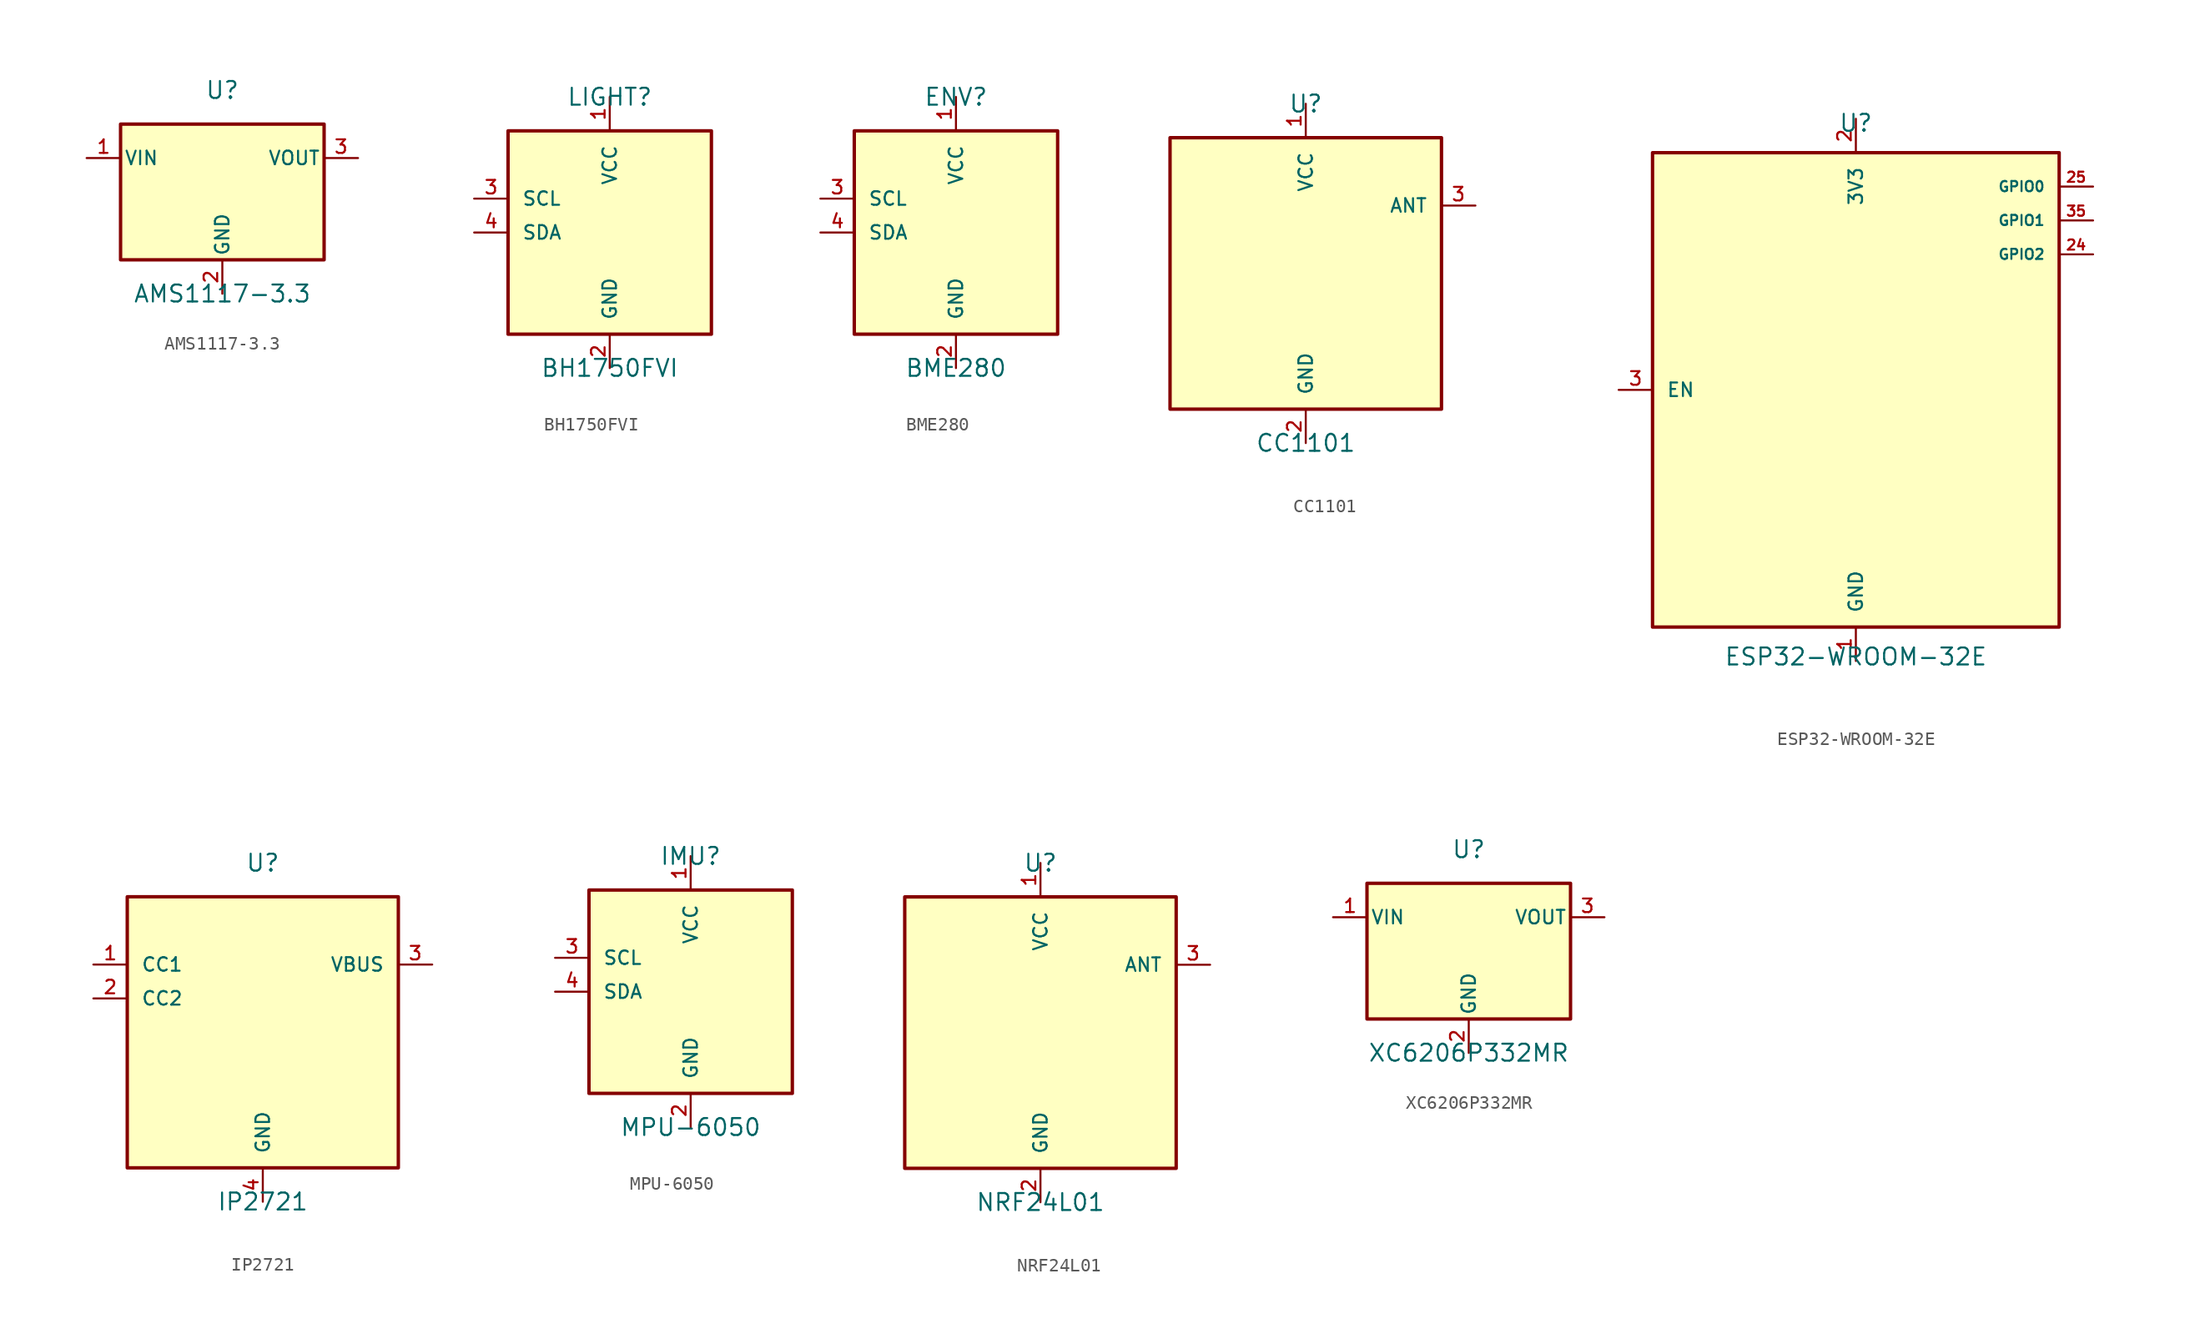
<source format=kicad_sym>
(kicad_symbol_lib
  (version 20231120)
  (generator kicad_generator.py)
  (symbol "AMS1117-3.3"
    (pin_names
      (offset 0.254))
    (property "Reference" "U"
      (at 0 7.62 0)
      (effects (font (size 1.27 1.27))))
    (property "Value" "AMS1117-3.3"
      (at 0 -7.62 0)
      (effects (font (size 1.27 1.27))))
    (symbol "AMS1117-3.3_0_1"
      (rectangle (start -7.62 5.08) (end 7.62 -5.08) (stroke (width 0.254) (type default)) (fill (type background))))
    (symbol "AMS1117-3.3_1_1"
      (pin power_in line (at -10.16 2.54 0) (length 2.54) (name "VIN" (effects (font (size 1.016 1.016)))) (number "1" (effects (font (size 1.016 1.016)))))
      (pin power_in line (at 0 -7.62 90) (length 2.54) (name "GND" (effects (font (size 1.016 1.016)))) (number "2" (effects (font (size 1.016 1.016)))))
      (pin power_out line (at 10.16 2.54 180) (length 2.54) (name "VOUT" (effects (font (size 1.016 1.016)))) (number "3" (effects (font (size 1.016 1.016)))))))
  (symbol "BH1750FVI"
    (pin_names
      (offset 1.016))
    (property "Reference" "LIGHT"
      (at 0 10.16 0)
      (effects (font (size 1.27 1.27))))
    (property "Value" "BH1750FVI"
      (at 0 -10.16 0)
      (effects (font (size 1.27 1.27))))
    (symbol "BH1750FVI_0_1"
      (rectangle (start -7.62 7.62) (end 7.62 -7.62) (stroke (width 0.254) (type default)) (fill (type background))))
    (symbol "BH1750FVI_1_1"
      (pin power_in line (at 0 10.16 270) (length 2.54) (name "VCC" (effects (font (size 1.016 1.016)))) (number "1" (effects (font (size 1.016 1.016)))))
      (pin power_in line (at 0 -10.16 90) (length 2.54) (name "GND" (effects (font (size 1.016 1.016)))) (number "2" (effects (font (size 1.016 1.016)))))
      (pin bidirectional line (at -10.16 2.54 0) (length 2.54) (name "SCL" (effects (font (size 1.016 1.016)))) (number "3" (effects (font (size 1.016 1.016)))))
      (pin bidirectional line (at -10.16 0 0) (length 2.54) (name "SDA" (effects (font (size 1.016 1.016)))) (number "4" (effects (font (size 1.016 1.016)))))))
  (symbol "BME280"
    (pin_names
      (offset 1.016))
    (property "Reference" "ENV"
      (at 0 10.16 0)
      (effects (font (size 1.27 1.27))))
    (property "Value" "BME280"
      (at 0 -10.16 0)
      (effects (font (size 1.27 1.27))))
    (symbol "BME280_0_1"
      (rectangle (start -7.62 7.62) (end 7.62 -7.62) (stroke (width 0.254) (type default)) (fill (type background))))
    (symbol "BME280_1_1"
      (pin power_in line (at 0 10.16 270) (length 2.54) (name "VCC" (effects (font (size 1.016 1.016)))) (number "1" (effects (font (size 1.016 1.016)))))
      (pin power_in line (at 0 -10.16 90) (length 2.54) (name "GND" (effects (font (size 1.016 1.016)))) (number "2" (effects (font (size 1.016 1.016)))))
      (pin bidirectional line (at -10.16 2.54 0) (length 2.54) (name "SCL" (effects (font (size 1.016 1.016)))) (number "3" (effects (font (size 1.016 1.016)))))
      (pin bidirectional line (at -10.16 0 0) (length 2.54) (name "SDA" (effects (font (size 1.016 1.016)))) (number "4" (effects (font (size 1.016 1.016)))))))
  (symbol "CC1101"
    (pin_names
      (offset 1.016))
    (property "Reference" "U"
      (at 0 12.7 0)
      (effects (font (size 1.27 1.27))))
    (property "Value" "CC1101"
      (at 0 -12.7 0)
      (effects (font (size 1.27 1.27))))
    (symbol "CC1101_0_1"
      (rectangle (start -10.16 10.16) (end 10.16 -10.16) (stroke (width 0.254) (type default)) (fill (type background))))
    (symbol "CC1101_1_1"
      (pin power_in line (at 0 12.7 270) (length 2.54) (name "VCC" (effects (font (size 1.016 1.016)))) (number "1" (effects (font (size 1.016 1.016)))))
      (pin power_in line (at 0 -12.7 90) (length 2.54) (name "GND" (effects (font (size 1.016 1.016)))) (number "2" (effects (font (size 1.016 1.016)))))
      (pin output line (at 12.7 5.08 180) (length 2.54) (name "ANT" (effects (font (size 1.016 1.016)))) (number "3" (effects (font (size 1.016 1.016)))))))
  (symbol "ESP32-WROOM-32E"
    (pin_names
      (offset 1.016))
    (property "Reference" "U"
      (at 0 20 0)
      (effects (font (size 1.27 1.27))))
    (property "Value" "ESP32-WROOM-32E"
      (at 0 -20 0)
      (effects (font (size 1.27 1.27))))
    (symbol "ESP32-WROOM-32E_0_1"
      (rectangle (start -15.24 17.78) (end 15.24 -17.78) (stroke (width 0.254) (type default)) (fill (type background))))
    (symbol "ESP32-WROOM-32E_1_1"
      (pin power_in line (at 0 -20.32 90) (length 2.54) (name "GND" (effects (font (size 1.016 1.016)))) (number "1" (effects (font (size 1.016 1.016)))))
      (pin power_in line (at 0 20.32 270) (length 2.54) (name "3V3" (effects (font (size 1.016 1.016)))) (number "2" (effects (font (size 1.016 1.016)))))
      (pin input line (at -17.78 0 0) (length 2.54) (name "EN" (effects (font (size 1.016 1.016)))) (number "3" (effects (font (size 1.016 1.016)))))
      (pin bidirectional line (at 17.78 15.24 180) (length 2.54) (name "GPIO0" (effects (font (size 0.762 0.762)))) (number "25" (effects (font (size 0.762 0.762)))))
      (pin bidirectional line (at 17.78 12.7 180) (length 2.54) (name "GPIO1" (effects (font (size 0.762 0.762)))) (number "35" (effects (font (size 0.762 0.762)))))
      (pin bidirectional line (at 17.78 10.16 180) (length 2.54) (name "GPIO2" (effects (font (size 0.762 0.762)))) (number "24" (effects (font (size 0.762 0.762)))))))
  (symbol "IP2721"
    (pin_names
      (offset 1.016))
    (property "Reference" "U"
      (at 0 12.7 0)
      (effects (font (size 1.27 1.27))))
    (property "Value" "IP2721"
      (at 0 -12.7 0)
      (effects (font (size 1.27 1.27))))
    (symbol "IP2721_0_1"
      (rectangle (start -10.16 10.16) (end 10.16 -10.16) (stroke (width 0.254) (type default)) (fill (type background))))
    (symbol "IP2721_1_1"
      (pin bidirectional line (at -12.7 5.08 0) (length 2.54) (name "CC1" (effects (font (size 1.016 1.016)))) (number "1" (effects (font (size 1.016 1.016)))))
      (pin bidirectional line (at -12.7 2.54 0) (length 2.54) (name "CC2" (effects (font (size 1.016 1.016)))) (number "2" (effects (font (size 1.016 1.016)))))
      (pin power_out line (at 12.7 5.08 180) (length 2.54) (name "VBUS" (effects (font (size 1.016 1.016)))) (number "3" (effects (font (size 1.016 1.016)))))
      (pin power_in line (at 0 -12.7 90) (length 2.54) (name "GND" (effects (font (size 1.016 1.016)))) (number "4" (effects (font (size 1.016 1.016)))))))
  (symbol "MPU-6050"
    (pin_names
      (offset 1.016))
    (property "Reference" "IMU"
      (at 0 10.16 0)
      (effects (font (size 1.27 1.27))))
    (property "Value" "MPU-6050"
      (at 0 -10.16 0)
      (effects (font (size 1.27 1.27))))
    (symbol "MPU-6050_0_1"
      (rectangle (start -7.62 7.62) (end 7.62 -7.62) (stroke (width 0.254) (type default)) (fill (type background))))
    (symbol "MPU-6050_1_1"
      (pin power_in line (at 0 10.16 270) (length 2.54) (name "VCC" (effects (font (size 1.016 1.016)))) (number "1" (effects (font (size 1.016 1.016)))))
      (pin power_in line (at 0 -10.16 90) (length 2.54) (name "GND" (effects (font (size 1.016 1.016)))) (number "2" (effects (font (size 1.016 1.016)))))
      (pin bidirectional line (at -10.16 2.54 0) (length 2.54) (name "SCL" (effects (font (size 1.016 1.016)))) (number "3" (effects (font (size 1.016 1.016)))))
      (pin bidirectional line (at -10.16 0 0) (length 2.54) (name "SDA" (effects (font (size 1.016 1.016)))) (number "4" (effects (font (size 1.016 1.016)))))))
  (symbol "NRF24L01"
    (pin_names
      (offset 1.016))
    (property "Reference" "U"
      (at 0 12.7 0)
      (effects (font (size 1.27 1.27))))
    (property "Value" "NRF24L01"
      (at 0 -12.7 0)
      (effects (font (size 1.27 1.27))))
    (symbol "NRF24L01_0_1"
      (rectangle (start -10.16 10.16) (end 10.16 -10.16) (stroke (width 0.254) (type default)) (fill (type background))))
    (symbol "NRF24L01_1_1"
      (pin power_in line (at 0 12.7 270) (length 2.54) (name "VCC" (effects (font (size 1.016 1.016)))) (number "1" (effects (font (size 1.016 1.016)))))
      (pin power_in line (at 0 -12.7 90) (length 2.54) (name "GND" (effects (font (size 1.016 1.016)))) (number "2" (effects (font (size 1.016 1.016)))))
      (pin output line (at 12.7 5.08 180) (length 2.54) (name "ANT" (effects (font (size 1.016 1.016)))) (number "3" (effects (font (size 1.016 1.016)))))))
  (symbol "XC6206P332MR"
    (pin_names
      (offset 0.254))
    (property "Reference" "U"
      (at 0 7.62 0)
      (effects (font (size 1.27 1.27))))
    (property "Value" "XC6206P332MR"
      (at 0 -7.62 0)
      (effects (font (size 1.27 1.27))))
    (symbol "XC6206P332MR_0_1"
      (rectangle (start -7.62 5.08) (end 7.62 -5.08) (stroke (width 0.254) (type default)) (fill (type background))))
    (symbol "XC6206P332MR_1_1"
      (pin power_in line (at -10.16 2.54 0) (length 2.54) (name "VIN" (effects (font (size 1.016 1.016)))) (number "1" (effects (font (size 1.016 1.016)))))
      (pin power_in line (at 0 -7.62 90) (length 2.54) (name "GND" (effects (font (size 1.016 1.016)))) (number "2" (effects (font (size 1.016 1.016)))))
      (pin power_out line (at 10.16 2.54 180) (length 2.54) (name "VOUT" (effects (font (size 1.016 1.016)))) (number "3" (effects (font (size 1.016 1.016))))))))
</source>
